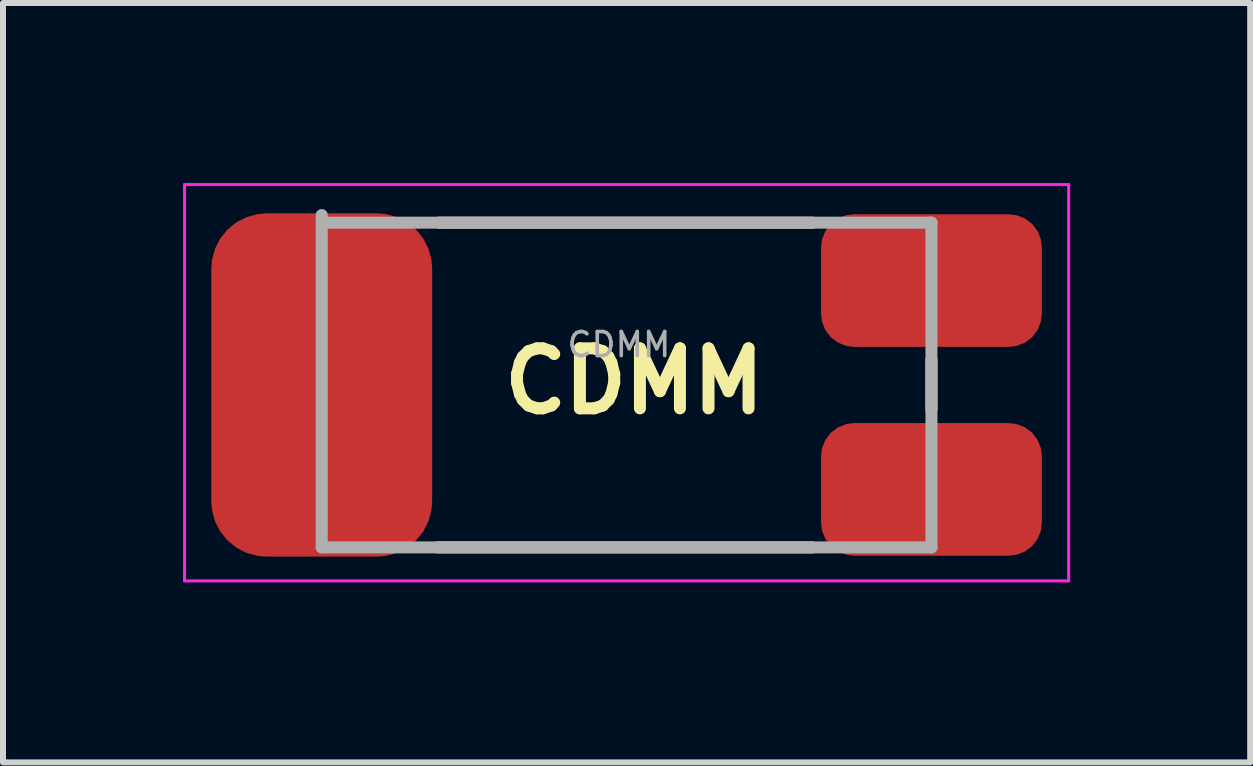
<source format=kicad_pcb>
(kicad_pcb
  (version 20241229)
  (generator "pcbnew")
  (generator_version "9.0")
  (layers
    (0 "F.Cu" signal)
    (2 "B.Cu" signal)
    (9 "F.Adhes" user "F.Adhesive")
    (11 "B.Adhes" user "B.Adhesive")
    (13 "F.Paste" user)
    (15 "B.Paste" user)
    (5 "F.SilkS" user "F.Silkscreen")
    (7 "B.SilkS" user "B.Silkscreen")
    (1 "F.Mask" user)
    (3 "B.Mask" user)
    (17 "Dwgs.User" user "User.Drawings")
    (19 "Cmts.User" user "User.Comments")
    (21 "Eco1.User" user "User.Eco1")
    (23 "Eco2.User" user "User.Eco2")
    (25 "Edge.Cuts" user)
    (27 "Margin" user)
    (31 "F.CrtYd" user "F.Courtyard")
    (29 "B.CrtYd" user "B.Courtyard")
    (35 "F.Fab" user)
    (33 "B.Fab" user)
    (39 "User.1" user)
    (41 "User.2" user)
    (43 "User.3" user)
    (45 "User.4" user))
  (footprint "CDMM"
    (layer "F.Cu")
    (at 2.311 3.302)
    (property "Reference" "CDMM" (at 5.207 0 0) (unlocked yes) (layer "F.SilkS") (effects (font (size 1 1) (thickness 0.2) (bold yes))))
    (attr smd)
    (fp_line (start 1.93 2.769) (end 8.179 2.769) (stroke (width 0.2) (type solid)) (layer "F.SilkS"))
    (fp_line (start 1.956 -2.642) (end 8.179 -2.642) (stroke (width 0.2) (type solid)) (layer "F.SilkS"))
    (fp_line (start 10.16 0.47) (end 10.16 -0.356) (stroke (width 0.2) (type solid)) (layer "F.SilkS"))
    (fp_line (start -2.286 -3.277) (end -2.286 3.327) (stroke (width 0.05) (type solid)) (layer "F.CrtYd"))
    (fp_line (start -2.286 -3.277) (end 12.446 -3.277) (stroke (width 0.05) (type solid)) (layer "F.CrtYd"))
    (fp_line (start 12.446 -3.277) (end 12.446 3.327) (stroke (width 0.05) (type solid)) (layer "F.CrtYd"))
    (fp_line (start 12.446 3.327) (end -2.286 3.327) (stroke (width 0.05) (type solid)) (layer "F.CrtYd"))
    (fp_line (start 0 -2.769) (end 0 2.769) (stroke (width 0.2) (type solid)) (layer "F.Fab"))
    (fp_line (start 0 -2.642) (end 10.16 -2.642) (stroke (width 0.2) (type solid)) (layer "F.Fab"))
    (fp_line (start 10.16 2.769) (end 0 2.769) (stroke (width 0.2) (type solid)) (layer "F.Fab"))
    (fp_line (start 10.16 2.769) (end 10.16 -2.642) (stroke (width 0.2) (type solid)) (layer "F.Fab"))
    (fp_text user "${REFERENCE}" (at 4.953 -0.61 180) (layer "F.Fab") (effects (font (size 0.4 0.4) (thickness 0.06))))
    (pad "1" smd roundrect (at 0 0.063 180) (size 3.68 5.72) (layers "F.Cu" "F.Mask" "F.Paste") (roundrect_rratio 0.25))
    (pad "2" smd roundrect (at 10.16 1.803 180) (size 3.68 2.21) (layers "F.Cu" "F.Mask" "F.Paste") (roundrect_rratio 0.25))
    (pad "3" smd roundrect (at 10.16 -1.677 180) (size 3.68 2.21) (layers "F.Cu" "F.Mask" "F.Paste") (roundrect_rratio 0.25)))
  (gr_rect
    (start -3 -3)
    (end 17.782 9.654)
    (stroke (width 0.1) (type default))
    (fill no)
    (layer "Edge.Cuts")))
</source>
